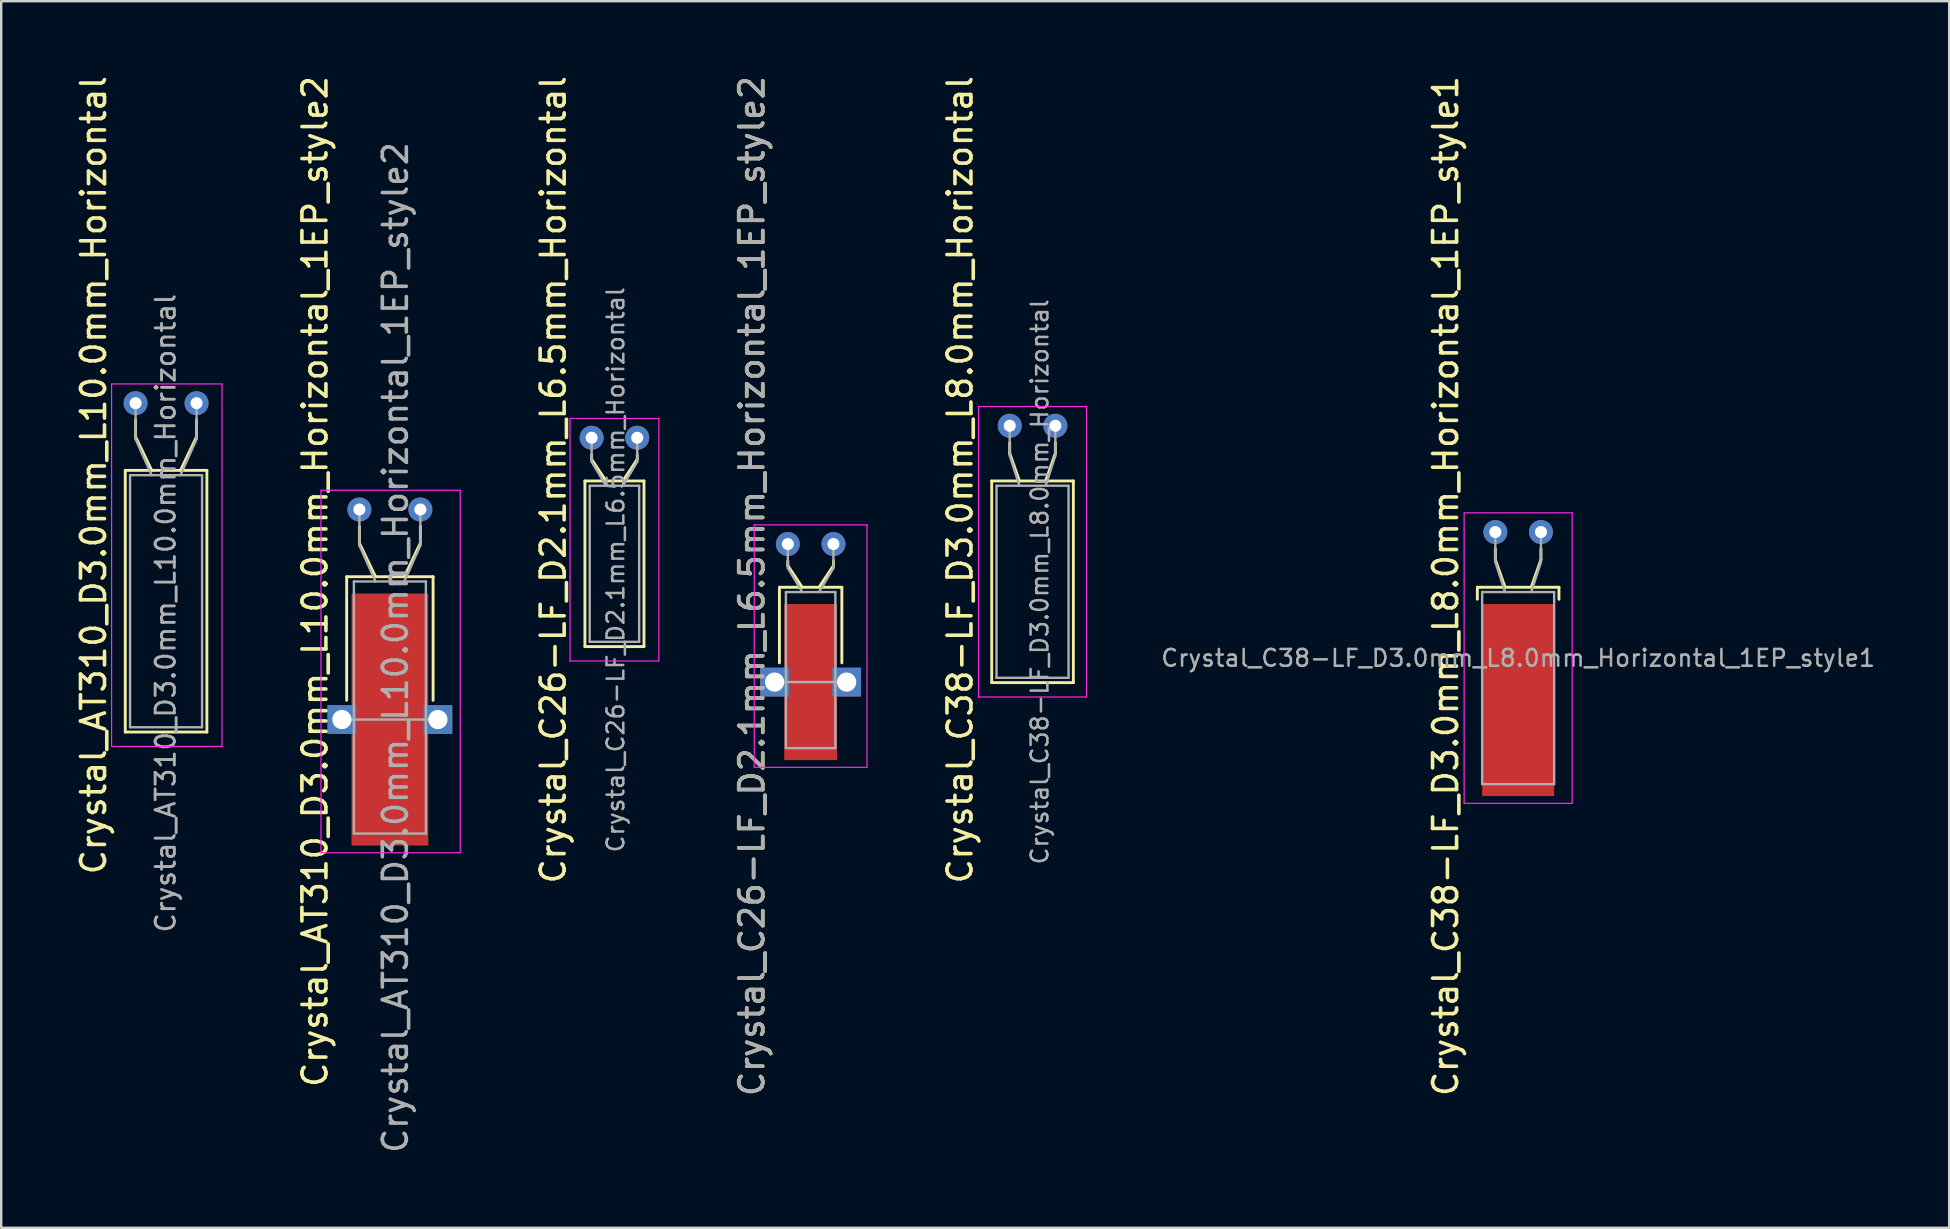
<source format=kicad_pcb>
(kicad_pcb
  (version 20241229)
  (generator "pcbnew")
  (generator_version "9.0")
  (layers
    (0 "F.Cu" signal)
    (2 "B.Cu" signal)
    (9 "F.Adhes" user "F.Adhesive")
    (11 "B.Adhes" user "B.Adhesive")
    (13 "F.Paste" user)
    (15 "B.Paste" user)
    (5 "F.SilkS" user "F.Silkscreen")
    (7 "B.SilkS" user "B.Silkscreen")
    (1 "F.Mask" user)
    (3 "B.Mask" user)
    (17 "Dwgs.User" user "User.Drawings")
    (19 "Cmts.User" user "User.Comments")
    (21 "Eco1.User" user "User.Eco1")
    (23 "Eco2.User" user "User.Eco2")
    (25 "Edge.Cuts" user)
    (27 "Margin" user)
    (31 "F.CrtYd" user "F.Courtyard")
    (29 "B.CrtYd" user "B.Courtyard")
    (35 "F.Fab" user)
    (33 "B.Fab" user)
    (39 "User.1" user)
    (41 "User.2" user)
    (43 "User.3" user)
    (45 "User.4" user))
  (footprint "Crystal_C38-LF_D3.0mm_L8.0mm_Horizontal"
    (layer "F.Cu")
    (at 39.011 14.685)
    (property "Reference" "Crystal_C38-LF_D3.0mm_L8.0mm_Horizontal" (at -2.07 2.25 90) (layer "F.SilkS") (effects (font (size 1 1) (thickness 0.15))))
    (attr through_hole)
    (fp_line (start -0.75 2.3) (end -0.75 10.7) (stroke (width 0.12) (type solid)) (layer "F.SilkS"))
    (fp_line (start -0.75 10.7) (end 2.65 10.7) (stroke (width 0.12) (type solid)) (layer "F.SilkS"))
    (fp_line (start 0 1.15) (end 0 0.7) (stroke (width 0.12) (type solid)) (layer "F.SilkS"))
    (fp_line (start 0.405 2.3) (end 0 1.15) (stroke (width 0.12) (type solid)) (layer "F.SilkS"))
    (fp_line (start 1.495 2.3) (end 1.9 1.15) (stroke (width 0.12) (type solid)) (layer "F.SilkS"))
    (fp_line (start 1.9 1.15) (end 1.9 0.7) (stroke (width 0.12) (type solid)) (layer "F.SilkS"))
    (fp_line (start 2.65 2.3) (end -0.75 2.3) (stroke (width 0.12) (type solid)) (layer "F.SilkS"))
    (fp_line (start 2.65 10.7) (end 2.65 2.3) (stroke (width 0.12) (type solid)) (layer "F.SilkS"))
    (fp_line (start -1.3 -0.8) (end -1.3 11.3) (stroke (width 0.05) (type solid)) (layer "F.CrtYd"))
    (fp_line (start -1.3 11.3) (end 3.2 11.3) (stroke (width 0.05) (type solid)) (layer "F.CrtYd"))
    (fp_line (start 3.2 -0.8) (end -1.3 -0.8) (stroke (width 0.05) (type solid)) (layer "F.CrtYd"))
    (fp_line (start 3.2 11.3) (end 3.2 -0.8) (stroke (width 0.05) (type solid)) (layer "F.CrtYd"))
    (fp_line (start -0.55 2.5) (end -0.55 10.5) (stroke (width 0.1) (type solid)) (layer "F.Fab"))
    (fp_line (start -0.55 10.5) (end 2.45 10.5) (stroke (width 0.1) (type solid)) (layer "F.Fab"))
    (fp_line (start 0 1.25) (end 0 0) (stroke (width 0.1) (type solid)) (layer "F.Fab"))
    (fp_line (start 0.405 2.5) (end 0 1.25) (stroke (width 0.1) (type solid)) (layer "F.Fab"))
    (fp_line (start 1.495 2.5) (end 1.9 1.25) (stroke (width 0.1) (type solid)) (layer "F.Fab"))
    (fp_line (start 1.9 1.25) (end 1.9 0) (stroke (width 0.1) (type solid)) (layer "F.Fab"))
    (fp_line (start 2.45 2.5) (end -0.55 2.5) (stroke (width 0.1) (type solid)) (layer "F.Fab"))
    (fp_line (start 2.45 10.5) (end 2.45 2.5) (stroke (width 0.1) (type solid)) (layer "F.Fab"))
    (fp_text user "${REFERENCE}" (at 1.25 6.5 90) (layer "F.Fab") (effects (font (size 0.7 0.7) (thickness 0.105))))
    (pad "1" thru_hole circle (at 0 0) (size 1 1) (drill 0.5) (layers "*.Cu" "*.Mask"))
    (pad "2" thru_hole circle (at 1.9 0) (size 1 1) (drill 0.5) (layers "*.Cu" "*.Mask")))
  (footprint "Crystal_C26-LF_D2.1mm_L6.5mm_Horizontal_1EP_style2"
    (layer "F.Cu")
    (at 29.768 19.613)
    (property "Reference" "Crystal_C26-LF_D2.1mm_L6.5mm_Horizontal_1EP_style2" (at -1.5 1.75 90) (layer "F.SilkS") (effects (font (size 1 1) (thickness 0.15))))
    (attr through_hole)
    (fp_line (start -0.35 1.8) (end 2.25 1.8) (stroke (width 0.12) (type solid)) (layer "F.SilkS"))
    (fp_line (start -0.35 4.95) (end -0.35 1.8) (stroke (width 0.12) (type solid)) (layer "F.SilkS"))
    (fp_line (start 0 0.9) (end 0 0.7) (stroke (width 0.12) (type solid)) (layer "F.SilkS"))
    (fp_line (start 0.6 1.8) (end 0 0.9) (stroke (width 0.12) (type solid)) (layer "F.SilkS"))
    (fp_line (start 1.3 1.8) (end 1.9 0.9) (stroke (width 0.12) (type solid)) (layer "F.SilkS"))
    (fp_line (start 1.9 0.9) (end 1.9 0.7) (stroke (width 0.12) (type solid)) (layer "F.SilkS"))
    (fp_line (start 2.25 1.8) (end 2.25 4.95) (stroke (width 0.12) (type solid)) (layer "F.SilkS"))
    (fp_line (start -1.4 -0.8) (end -1.4 9.3) (stroke (width 0.05) (type solid)) (layer "F.CrtYd"))
    (fp_line (start -1.4 9.3) (end 3.3 9.3) (stroke (width 0.05) (type solid)) (layer "F.CrtYd"))
    (fp_line (start 3.3 -0.8) (end -1.4 -0.8) (stroke (width 0.05) (type solid)) (layer "F.CrtYd"))
    (fp_line (start 3.3 9.3) (end 3.3 -0.8) (stroke (width 0.05) (type solid)) (layer "F.CrtYd"))
    (fp_line (start -0.55 5.75) (end 2.45 5.75) (stroke (width 0.1) (type solid)) (layer "F.Fab"))
    (fp_line (start -0.08 2) (end -0.08 8.5) (stroke (width 0.1) (type solid)) (layer "F.Fab"))
    (fp_line (start -0.08 8.5) (end 1.98 8.5) (stroke (width 0.1) (type solid)) (layer "F.Fab"))
    (fp_line (start 0 1) (end 0 0) (stroke (width 0.1) (type solid)) (layer "F.Fab"))
    (fp_line (start 0.6 2) (end 0 1) (stroke (width 0.1) (type solid)) (layer "F.Fab"))
    (fp_line (start 1.3 2) (end 1.9 1) (stroke (width 0.1) (type solid)) (layer "F.Fab"))
    (fp_line (start 1.9 1) (end 1.9 0) (stroke (width 0.1) (type solid)) (layer "F.Fab"))
    (fp_line (start 1.98 2) (end -0.08 2) (stroke (width 0.1) (type solid)) (layer "F.Fab"))
    (fp_line (start 1.98 8.5) (end 1.98 2) (stroke (width 0.1) (type solid)) (layer "F.Fab"))
    (fp_text user "${REFERENCE}" (at -1.5 1.75 90) (layer "F.Fab") (effects (font (size 1 1) (thickness 0.15))))
    (pad "1" thru_hole circle (at 0 0) (size 1 1) (drill 0.5) (layers "*.Cu" "*.Mask"))
    (pad "2" thru_hole circle (at 1.9 0) (size 1 1) (drill 0.5) (layers "*.Cu" "*.Mask"))
    (pad "3" thru_hole rect (at -0.55 5.75) (size 1.2 1.2) (drill 0.8) (layers "*.Cu" "*.Mask"))
    (pad "3" smd rect (at 0.95 5.75) (size 2.2 6.5) (layers "F.Cu" "F.Mask" "F.Paste"))
    (pad "3" thru_hole rect (at 2.45 5.75) (size 1.2 1.2) (drill 0.8) (layers "*.Cu" "*.Mask")))
  (footprint "Crystal_C26-LF_D2.1mm_L6.5mm_Horizontal"
    (layer "F.Cu")
    (at 21.595 15.185)
    (property "Reference" "Crystal_C26-LF_D2.1mm_L6.5mm_Horizontal" (at -1.6 1.75 90) (layer "F.SilkS") (effects (font (size 1 1) (thickness 0.15))))
    (attr through_hole)
    (fp_line (start -0.28 1.8) (end -0.28 8.7) (stroke (width 0.12) (type solid)) (layer "F.SilkS"))
    (fp_line (start -0.28 8.7) (end 2.18 8.7) (stroke (width 0.12) (type solid)) (layer "F.SilkS"))
    (fp_line (start 0 0.9) (end 0 0.7) (stroke (width 0.12) (type solid)) (layer "F.SilkS"))
    (fp_line (start 0.6 1.8) (end 0 0.9) (stroke (width 0.12) (type solid)) (layer "F.SilkS"))
    (fp_line (start 1.3 1.8) (end 1.9 0.9) (stroke (width 0.12) (type solid)) (layer "F.SilkS"))
    (fp_line (start 1.9 0.9) (end 1.9 0.7) (stroke (width 0.12) (type solid)) (layer "F.SilkS"))
    (fp_line (start 2.18 1.8) (end -0.28 1.8) (stroke (width 0.12) (type solid)) (layer "F.SilkS"))
    (fp_line (start 2.18 8.7) (end 2.18 1.8) (stroke (width 0.12) (type solid)) (layer "F.SilkS"))
    (fp_line (start -0.9 -0.8) (end -0.9 9.3) (stroke (width 0.05) (type solid)) (layer "F.CrtYd"))
    (fp_line (start -0.9 9.3) (end 2.8 9.3) (stroke (width 0.05) (type solid)) (layer "F.CrtYd"))
    (fp_line (start 2.8 -0.8) (end -0.9 -0.8) (stroke (width 0.05) (type solid)) (layer "F.CrtYd"))
    (fp_line (start 2.8 9.3) (end 2.8 -0.8) (stroke (width 0.05) (type solid)) (layer "F.CrtYd"))
    (fp_line (start -0.08 2) (end -0.08 8.5) (stroke (width 0.1) (type solid)) (layer "F.Fab"))
    (fp_line (start -0.08 8.5) (end 1.98 8.5) (stroke (width 0.1) (type solid)) (layer "F.Fab"))
    (fp_line (start 0 1) (end 0 0) (stroke (width 0.1) (type solid)) (layer "F.Fab"))
    (fp_line (start 0.6 2) (end 0 1) (stroke (width 0.1) (type solid)) (layer "F.Fab"))
    (fp_line (start 1.3 2) (end 1.9 1) (stroke (width 0.1) (type solid)) (layer "F.Fab"))
    (fp_line (start 1.9 1) (end 1.9 0) (stroke (width 0.1) (type solid)) (layer "F.Fab"))
    (fp_line (start 1.98 2) (end -0.08 2) (stroke (width 0.1) (type solid)) (layer "F.Fab"))
    (fp_line (start 1.98 8.5) (end 1.98 2) (stroke (width 0.1) (type solid)) (layer "F.Fab"))
    (fp_text user "${REFERENCE}" (at 1 5.5 90) (layer "F.Fab") (effects (font (size 0.7 0.7) (thickness 0.105))))
    (pad "1" thru_hole circle (at 0 0) (size 1 1) (drill 0.5) (layers "*.Cu" "*.Mask"))
    (pad "2" thru_hole circle (at 1.9 0) (size 1 1) (drill 0.5) (layers "*.Cu" "*.Mask")))
  (footprint "Crystal_AT310_D3.0mm_L10.0mm_Horizontal_1EP_style2"
    (layer "F.Cu")
    (at 11.921 18.173)
    (property "Reference" "Crystal_AT310_D3.0mm_L10.0mm_Horizontal_1EP_style2" (at -1.85 3 90) (layer "F.SilkS") (effects (font (size 1 1) (thickness 0.15))))
    (attr through_hole)
    (fp_line (start -0.53 2.8) (end 3.07 2.8) (stroke (width 0.12) (type solid)) (layer "F.SilkS"))
    (fp_line (start -0.53 7.95) (end -0.53 2.8) (stroke (width 0.12) (type solid)) (layer "F.SilkS"))
    (fp_line (start 0 1.4) (end 0 0.7) (stroke (width 0.12) (type solid)) (layer "F.SilkS"))
    (fp_line (start 0.67 2.8) (end 0 1.4) (stroke (width 0.12) (type solid)) (layer "F.SilkS"))
    (fp_line (start 1.87 2.8) (end 2.54 1.4) (stroke (width 0.12) (type solid)) (layer "F.SilkS"))
    (fp_line (start 2.54 1.4) (end 2.54 0.7) (stroke (width 0.12) (type solid)) (layer "F.SilkS"))
    (fp_line (start 3.07 2.8) (end 3.07 7.95) (stroke (width 0.12) (type solid)) (layer "F.SilkS"))
    (fp_line (start -1.6 -0.8) (end -1.6 14.3) (stroke (width 0.05) (type solid)) (layer "F.CrtYd"))
    (fp_line (start -1.6 14.3) (end 4.2 14.3) (stroke (width 0.05) (type solid)) (layer "F.CrtYd"))
    (fp_line (start 4.2 -0.8) (end -1.6 -0.8) (stroke (width 0.05) (type solid)) (layer "F.CrtYd"))
    (fp_line (start 4.2 14.3) (end 4.2 -0.8) (stroke (width 0.05) (type solid)) (layer "F.CrtYd"))
    (fp_line (start -0.73 8.75) (end 3.27 8.75) (stroke (width 0.1) (type solid)) (layer "F.Fab"))
    (fp_line (start -0.23 3) (end -0.23 13.5) (stroke (width 0.1) (type solid)) (layer "F.Fab"))
    (fp_line (start -0.23 13.5) (end 2.77 13.5) (stroke (width 0.1) (type solid)) (layer "F.Fab"))
    (fp_line (start 0 1.5) (end 0 0) (stroke (width 0.1) (type solid)) (layer "F.Fab"))
    (fp_line (start 0.67 3) (end 0 1.5) (stroke (width 0.1) (type solid)) (layer "F.Fab"))
    (fp_line (start 1.87 3) (end 2.54 1.5) (stroke (width 0.1) (type solid)) (layer "F.Fab"))
    (fp_line (start 2.54 1.5) (end 2.54 0) (stroke (width 0.1) (type solid)) (layer "F.Fab"))
    (fp_line (start 2.77 3) (end -0.23 3) (stroke (width 0.1) (type solid)) (layer "F.Fab"))
    (fp_line (start 2.77 13.5) (end 2.77 3) (stroke (width 0.1) (type solid)) (layer "F.Fab"))
    (fp_text user "${REFERENCE}" (at 1.5 5.75 90) (layer "F.Fab") (effects (font (size 1 1) (thickness 0.15))))
    (pad "1" thru_hole circle (at 0 0) (size 1 1) (drill 0.5) (layers "*.Cu" "*.Mask"))
    (pad "2" thru_hole circle (at 2.54 0) (size 1 1) (drill 0.5) (layers "*.Cu" "*.Mask"))
    (pad "3" thru_hole rect (at -0.73 8.75) (size 1.2 1.2) (drill 0.8) (layers "*.Cu" "*.Mask"))
    (pad "3" smd rect (at 1.27 8.75) (size 3.2 10.5) (layers "F.Cu" "F.Mask" "F.Paste"))
    (pad "3" thru_hole rect (at 3.27 8.75) (size 1.2 1.2) (drill 0.8) (layers "*.Cu" "*.Mask")))
  (footprint "Crystal_AT310_D3.0mm_L10.0mm_Horizontal"
    (layer "F.Cu")
    (at 2.598 13.744)
    (property "Reference" "Crystal_AT310_D3.0mm_L10.0mm_Horizontal" (at -1.75 3 90) (layer "F.SilkS") (effects (font (size 1 1) (thickness 0.15))))
    (attr through_hole)
    (fp_line (start -0.43 2.8) (end -0.43 13.7) (stroke (width 0.12) (type solid)) (layer "F.SilkS"))
    (fp_line (start -0.43 13.7) (end 2.97 13.7) (stroke (width 0.12) (type solid)) (layer "F.SilkS"))
    (fp_line (start 0 1.4) (end 0 0.7) (stroke (width 0.12) (type solid)) (layer "F.SilkS"))
    (fp_line (start 0.67 2.8) (end 0 1.4) (stroke (width 0.12) (type solid)) (layer "F.SilkS"))
    (fp_line (start 1.87 2.8) (end 2.54 1.4) (stroke (width 0.12) (type solid)) (layer "F.SilkS"))
    (fp_line (start 2.54 1.4) (end 2.54 0.7) (stroke (width 0.12) (type solid)) (layer "F.SilkS"))
    (fp_line (start 2.97 2.8) (end -0.43 2.8) (stroke (width 0.12) (type solid)) (layer "F.SilkS"))
    (fp_line (start 2.97 13.7) (end 2.97 2.8) (stroke (width 0.12) (type solid)) (layer "F.SilkS"))
    (fp_line (start -1 -0.8) (end -1 14.3) (stroke (width 0.05) (type solid)) (layer "F.CrtYd"))
    (fp_line (start -1 14.3) (end 3.6 14.3) (stroke (width 0.05) (type solid)) (layer "F.CrtYd"))
    (fp_line (start 3.6 -0.8) (end -1 -0.8) (stroke (width 0.05) (type solid)) (layer "F.CrtYd"))
    (fp_line (start 3.6 14.3) (end 3.6 -0.8) (stroke (width 0.05) (type solid)) (layer "F.CrtYd"))
    (fp_line (start -0.23 3) (end -0.23 13.5) (stroke (width 0.1) (type solid)) (layer "F.Fab"))
    (fp_line (start -0.23 13.5) (end 2.77 13.5) (stroke (width 0.1) (type solid)) (layer "F.Fab"))
    (fp_line (start 0 1.5) (end 0 0) (stroke (width 0.1) (type solid)) (layer "F.Fab"))
    (fp_line (start 0.67 3) (end 0 1.5) (stroke (width 0.1) (type solid)) (layer "F.Fab"))
    (fp_line (start 1.87 3) (end 2.54 1.5) (stroke (width 0.1) (type solid)) (layer "F.Fab"))
    (fp_line (start 2.54 1.5) (end 2.54 0) (stroke (width 0.1) (type solid)) (layer "F.Fab"))
    (fp_line (start 2.77 3) (end -0.23 3) (stroke (width 0.1) (type solid)) (layer "F.Fab"))
    (fp_line (start 2.77 13.5) (end 2.77 3) (stroke (width 0.1) (type solid)) (layer "F.Fab"))
    (fp_text user "${REFERENCE}" (at 1.25 8.75 90) (layer "F.Fab") (effects (font (size 0.8 0.8) (thickness 0.12))))
    (pad "1" thru_hole circle (at 0 0) (size 1 1) (drill 0.5) (layers "*.Cu" "*.Mask"))
    (pad "2" thru_hole circle (at 2.54 0) (size 1 1) (drill 0.5) (layers "*.Cu" "*.Mask")))
  (footprint "Crystal_C38-LF_D3.0mm_L8.0mm_Horizontal_1EP_style1"
    (layer "F.Cu")
    (at 59.24 19.113)
    (property "Reference" "Crystal_C38-LF_D3.0mm_L8.0mm_Horizontal_1EP_style1" (at -2.07 2.25 90) (layer "F.SilkS") (effects (font (size 1 1) (thickness 0.15))))
    (attr through_hole)
    (fp_line (start -0.75 2.3) (end 2.65 2.3) (stroke (width 0.12) (type solid)) (layer "F.SilkS"))
    (fp_line (start -0.75 2.8) (end -0.75 2.3) (stroke (width 0.12) (type solid)) (layer "F.SilkS"))
    (fp_line (start 0 1.15) (end 0 0.7) (stroke (width 0.12) (type solid)) (layer "F.SilkS"))
    (fp_line (start 0.405 2.3) (end 0 1.15) (stroke (width 0.12) (type solid)) (layer "F.SilkS"))
    (fp_line (start 1.495 2.3) (end 1.9 1.15) (stroke (width 0.12) (type solid)) (layer "F.SilkS"))
    (fp_line (start 1.9 1.15) (end 1.9 0.7) (stroke (width 0.12) (type solid)) (layer "F.SilkS"))
    (fp_line (start 2.65 2.3) (end 2.65 2.8) (stroke (width 0.12) (type solid)) (layer "F.SilkS"))
    (fp_line (start -1.3 -0.8) (end -1.3 11.3) (stroke (width 0.05) (type solid)) (layer "F.CrtYd"))
    (fp_line (start -1.3 11.3) (end 3.2 11.3) (stroke (width 0.05) (type solid)) (layer "F.CrtYd"))
    (fp_line (start 3.2 -0.8) (end -1.3 -0.8) (stroke (width 0.05) (type solid)) (layer "F.CrtYd"))
    (fp_line (start 3.2 11.3) (end 3.2 -0.8) (stroke (width 0.05) (type solid)) (layer "F.CrtYd"))
    (fp_line (start -0.55 2.5) (end -0.55 10.5) (stroke (width 0.1) (type solid)) (layer "F.Fab"))
    (fp_line (start -0.55 10.5) (end 2.45 10.5) (stroke (width 0.1) (type solid)) (layer "F.Fab"))
    (fp_line (start 0 1.25) (end 0 0) (stroke (width 0.1) (type solid)) (layer "F.Fab"))
    (fp_line (start 0.405 2.5) (end 0 1.25) (stroke (width 0.1) (type solid)) (layer "F.Fab"))
    (fp_line (start 1.495 2.5) (end 1.9 1.25) (stroke (width 0.1) (type solid)) (layer "F.Fab"))
    (fp_line (start 1.9 1.25) (end 1.9 0) (stroke (width 0.1) (type solid)) (layer "F.Fab"))
    (fp_line (start 2.45 2.5) (end -0.55 2.5) (stroke (width 0.1) (type solid)) (layer "F.Fab"))
    (fp_line (start 2.45 10.5) (end 2.45 2.5) (stroke (width 0.1) (type solid)) (layer "F.Fab"))
    (fp_text user "${REFERENCE}" (at 0.95 5.25 0) (layer "F.Fab") (effects (font (size 0.7 0.7) (thickness 0.105))))
    (pad "1" thru_hole circle (at 0 0) (size 1 1) (drill 0.5) (layers "*.Cu" "*.Mask"))
    (pad "2" thru_hole circle (at 1.9 0) (size 1 1) (drill 0.5) (layers "*.Cu" "*.Mask"))
    (pad "3" smd rect (at 0.95 7) (size 3 8) (layers "F.Cu" "F.Mask" "F.Paste")))
  (gr_rect
    (start -3 -3)
    (end 78.145 48.095)
    (stroke (width 0.1) (type default))
    (fill no)
    (layer "Edge.Cuts")))
</source>
